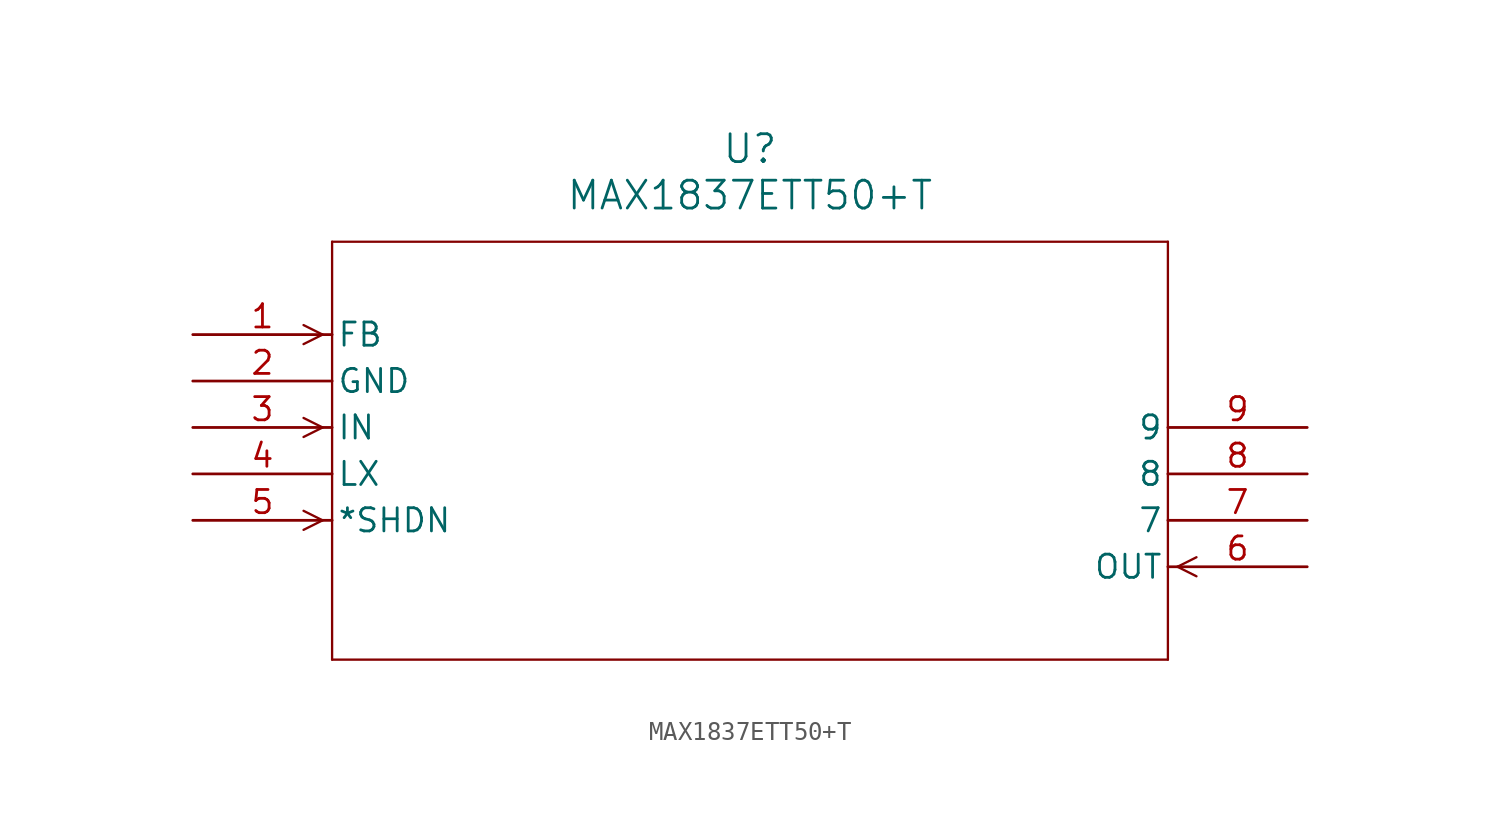
<source format=kicad_sym>
(kicad_symbol_lib
  (version 20211014)
  (generator kicad_symbol_editor)
  (symbol "MAX1837ETT50+T"
    (pin_names
      (offset 0.254))
    (property "Reference" "U"
      (at 30.48 10.16 0)
      (effects (font (size 1.524 1.524))))
    (property "Value" "MAX1837ETT50+T"
      (at 30.48 7.62 0)
      (effects (font (size 1.524 1.524))))
    (symbol "MAX1837ETT50+T_0_1"
      (polyline (pts (xy 7.099 0) (xy 6.058 0.521)) (stroke (width 0.127) (type default) (color 0 0 0 0)) (fill (type none)))
      (polyline (pts (xy 7.099 0) (xy 6.058 -0.521)) (stroke (width 0.127) (type default) (color 0 0 0 0)) (fill (type none)))
      (polyline (pts (xy 7.099 -5.08) (xy 6.058 -4.559)) (stroke (width 0.127) (type default) (color 0 0 0 0)) (fill (type none)))
      (polyline (pts (xy 7.099 -5.08) (xy 6.058 -5.601)) (stroke (width 0.127) (type default) (color 0 0 0 0)) (fill (type none)))
      (polyline (pts (xy 7.099 -10.16) (xy 6.058 -9.639)) (stroke (width 0.127) (type default) (color 0 0 0 0)) (fill (type none)))
      (polyline (pts (xy 7.099 -10.16) (xy 6.058 -10.681)) (stroke (width 0.127) (type default) (color 0 0 0 0)) (fill (type none)))
      (polyline (pts (xy 53.861 -12.7) (xy 54.902 -12.179)) (stroke (width 0.127) (type default) (color 0 0 0 0)) (fill (type none)))
      (polyline (pts (xy 53.861 -12.7) (xy 54.902 -13.221)) (stroke (width 0.127) (type default) (color 0 0 0 0)) (fill (type none)))
      (polyline (pts (xy 7.62 5.08) (xy 7.62 -17.78)) (stroke (width 0.127) (type default) (color 0 0 0 0)) (fill (type none)))
      (polyline (pts (xy 7.62 -17.78) (xy 53.34 -17.78)) (stroke (width 0.127) (type default) (color 0 0 0 0)) (fill (type none)))
      (polyline (pts (xy 53.34 -17.78) (xy 53.34 5.08)) (stroke (width 0.127) (type default) (color 0 0 0 0)) (fill (type none)))
      (polyline (pts (xy 53.34 5.08) (xy 7.62 5.08)) (stroke (width 0.127) (type default) (color 0 0 0 0)) (fill (type none)))
      (pin input line (at 0 0 0) (length 7.62) (name "FB" (effects (font (size 1.27 1.27)))) (number "1" (effects (font (size 1.27 1.27)))))
      (pin power_in line (at 0 -2.54 0) (length 7.62) (name "GND" (effects (font (size 1.27 1.27)))) (number "2" (effects (font (size 1.27 1.27)))))
      (pin input line (at 0 -5.08 0) (length 7.62) (name "IN" (effects (font (size 1.27 1.27)))) (number "3" (effects (font (size 1.27 1.27)))))
      (pin unspecified line (at 0 -7.62 0) (length 7.62) (name "LX" (effects (font (size 1.27 1.27)))) (number "4" (effects (font (size 1.27 1.27)))))
      (pin input line (at 0 -10.16 0) (length 7.62) (name "*SHDN" (effects (font (size 1.27 1.27)))) (number "5" (effects (font (size 1.27 1.27)))))
      (pin input line (at 60.96 -12.7 180) (length 7.62) (name "OUT" (effects (font (size 1.27 1.27)))) (number "6" (effects (font (size 1.27 1.27)))))
      (pin unspecified line (at 60.96 -10.16 180) (length 7.62) (name "7" (effects (font (size 1.27 1.27)))) (number "7" (effects (font (size 1.27 1.27)))))
      (pin unspecified line (at 60.96 -7.62 180) (length 7.62) (name "8" (effects (font (size 1.27 1.27)))) (number "8" (effects (font (size 1.27 1.27)))))
      (pin unspecified line (at 60.96 -5.08 180) (length 7.62) (name "9" (effects (font (size 1.27 1.27)))) (number "9" (effects (font (size 1.27 1.27))))))))
</source>
